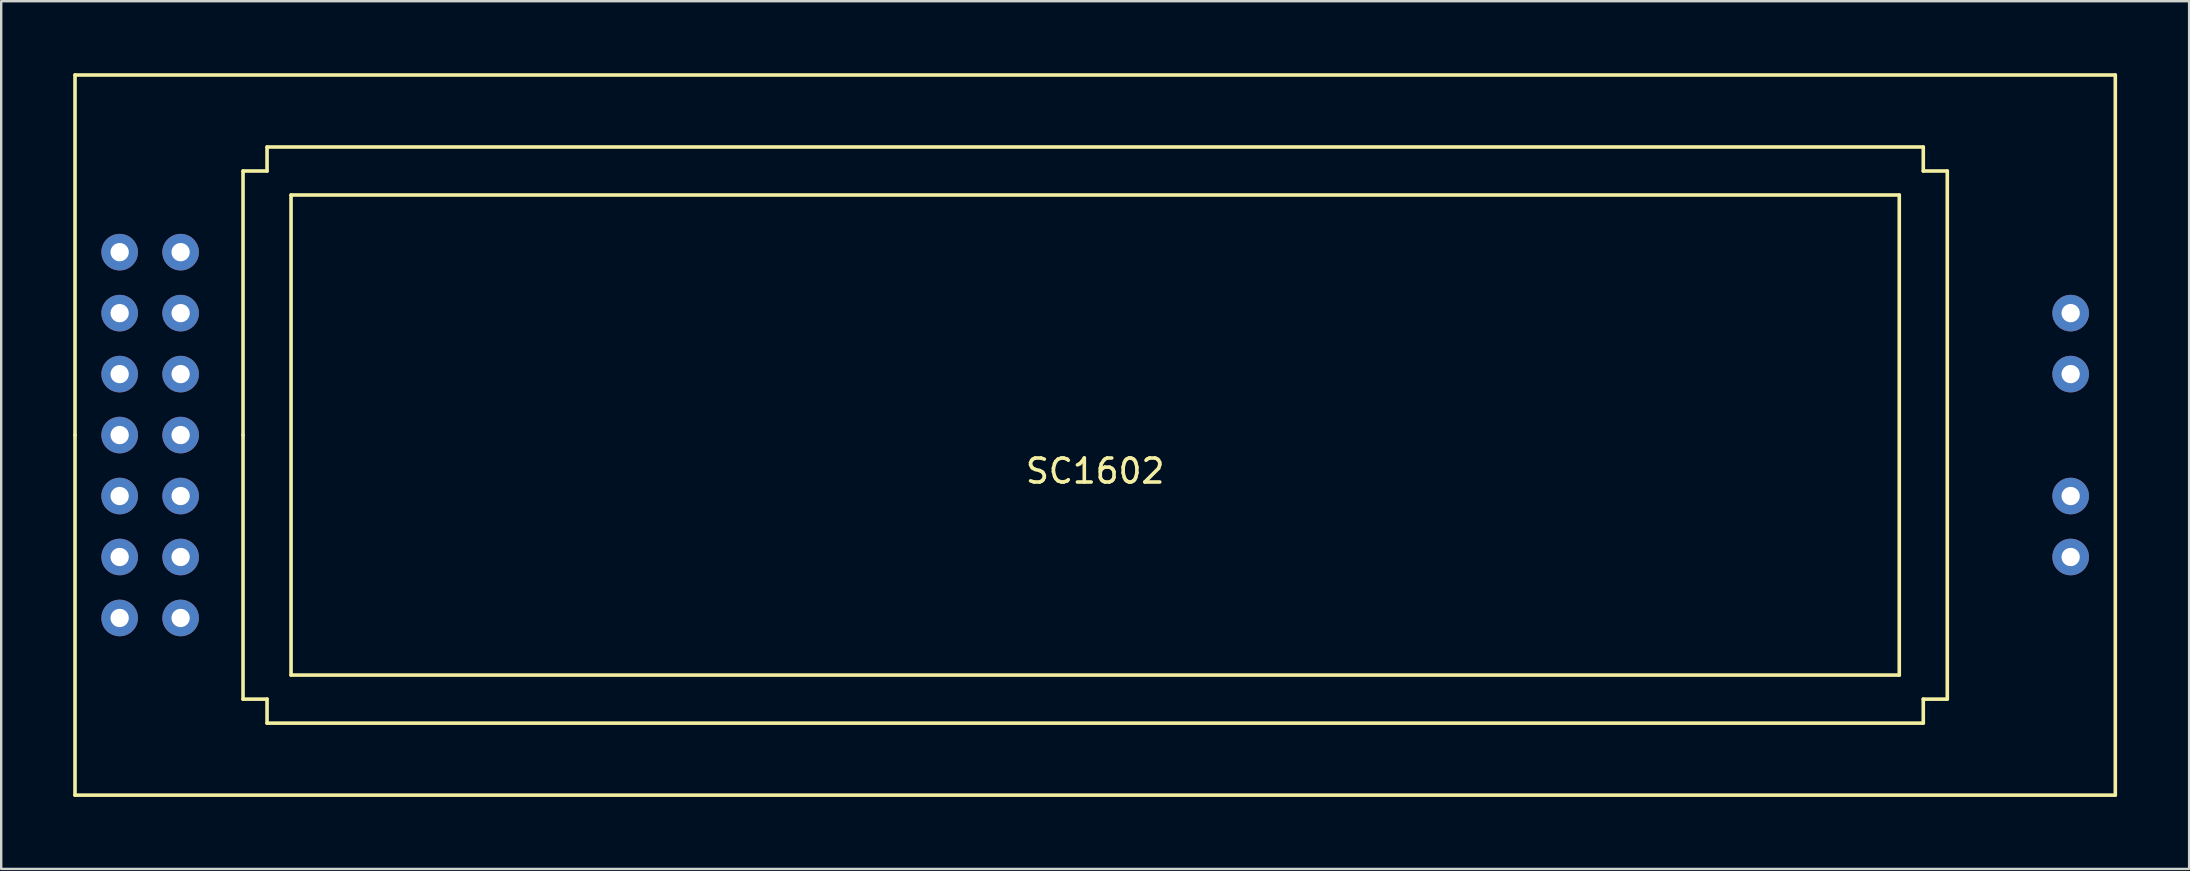
<source format=kicad_pcb>
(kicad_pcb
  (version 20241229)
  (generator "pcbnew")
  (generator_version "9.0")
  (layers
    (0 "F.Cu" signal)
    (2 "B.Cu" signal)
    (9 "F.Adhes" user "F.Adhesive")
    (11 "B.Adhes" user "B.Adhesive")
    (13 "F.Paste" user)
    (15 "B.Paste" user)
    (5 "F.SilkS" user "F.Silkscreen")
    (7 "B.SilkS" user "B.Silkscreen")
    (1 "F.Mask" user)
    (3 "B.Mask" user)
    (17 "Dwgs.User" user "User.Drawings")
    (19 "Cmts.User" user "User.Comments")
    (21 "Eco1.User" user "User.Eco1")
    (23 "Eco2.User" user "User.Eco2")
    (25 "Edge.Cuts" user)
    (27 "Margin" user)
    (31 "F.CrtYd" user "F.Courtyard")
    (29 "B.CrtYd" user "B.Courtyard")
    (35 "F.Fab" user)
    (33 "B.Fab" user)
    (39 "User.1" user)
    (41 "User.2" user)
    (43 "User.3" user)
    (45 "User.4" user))
  (footprint "SC1602"
    (layer "F.Cu")
    (at 42.575 15.075)
    (property "Reference" "SC1602" (at 0 1.5 0) (layer "F.SilkS") (effects (font (size 1 1) (thickness 0.15))))
    (attr through_hole)
    (fp_line (start -42.5 0) (end -42.5 -15) (stroke (width 0.15) (type solid)) (layer "F.SilkS"))
    (fp_line (start -42.5 15) (end -42.5 0) (stroke (width 0.15) (type solid)) (layer "F.SilkS"))
    (fp_line (start -35.5 -11) (end -34.5 -11) (stroke (width 0.15) (type solid)) (layer "F.SilkS"))
    (fp_line (start -35.5 0) (end -35.5 -11) (stroke (width 0.15) (type solid)) (layer "F.SilkS"))
    (fp_line (start -35.5 0) (end -35.5 11) (stroke (width 0.15) (type solid)) (layer "F.SilkS"))
    (fp_line (start -35.5 11) (end -34.5 11) (stroke (width 0.15) (type solid)) (layer "F.SilkS"))
    (fp_line (start -34.5 -12) (end 34.5 -12) (stroke (width 0.15) (type solid)) (layer "F.SilkS"))
    (fp_line (start -34.5 -11) (end -34.5 -12) (stroke (width 0.15) (type solid)) (layer "F.SilkS"))
    (fp_line (start -34.5 11) (end -34.5 12) (stroke (width 0.15) (type solid)) (layer "F.SilkS"))
    (fp_line (start -33.5 -10) (end -33.5 10) (stroke (width 0.15) (type solid)) (layer "F.SilkS"))
    (fp_line (start -33.5 10) (end 33.5 10) (stroke (width 0.15) (type solid)) (layer "F.SilkS"))
    (fp_line (start 33.5 -10) (end -33.5 -10) (stroke (width 0.15) (type solid)) (layer "F.SilkS"))
    (fp_line (start 33.5 10) (end 33.5 -10) (stroke (width 0.15) (type solid)) (layer "F.SilkS"))
    (fp_line (start 34.5 -12) (end 34.5 -11) (stroke (width 0.15) (type solid)) (layer "F.SilkS"))
    (fp_line (start 34.5 -11) (end 35.5 -11) (stroke (width 0.15) (type solid)) (layer "F.SilkS"))
    (fp_line (start 34.5 11) (end 34.5 12) (stroke (width 0.15) (type solid)) (layer "F.SilkS"))
    (fp_line (start 34.5 12) (end -34.5 12) (stroke (width 0.15) (type solid)) (layer "F.SilkS"))
    (fp_line (start 35.5 -11) (end 35.5 11) (stroke (width 0.15) (type solid)) (layer "F.SilkS"))
    (fp_line (start 35.5 11) (end 34.5 11) (stroke (width 0.15) (type solid)) (layer "F.SilkS"))
    (fp_line (start 42.5 -15) (end -42.5 -15) (stroke (width 0.15) (type solid)) (layer "F.SilkS"))
    (fp_line (start 42.5 -15) (end 42.5 15) (stroke (width 0.15) (type solid)) (layer "F.SilkS"))
    (fp_line (start 42.5 15) (end -42.5 15) (stroke (width 0.15) (type solid)) (layer "F.SilkS"))
    (pad "1" thru_hole circle (at -38.1 7.62) (size 1.524 1.524) (drill 0.762) (layers "*.Cu" "*.Mask"))
    (pad "2" thru_hole circle (at -40.64 7.62) (size 1.524 1.524) (drill 0.762) (layers "*.Cu" "*.Mask"))
    (pad "3" thru_hole circle (at -38.1 5.08) (size 1.524 1.524) (drill 0.762) (layers "*.Cu" "*.Mask"))
    (pad "4" thru_hole circle (at -40.64 5.08) (size 1.524 1.524) (drill 0.762) (layers "*.Cu" "*.Mask"))
    (pad "5" thru_hole circle (at -38.1 2.54) (size 1.524 1.524) (drill 0.762) (layers "*.Cu" "*.Mask"))
    (pad "6" thru_hole circle (at -40.64 2.54) (size 1.524 1.524) (drill 0.762) (layers "*.Cu" "*.Mask"))
    (pad "7" thru_hole circle (at -38.1 0) (size 1.524 1.524) (drill 0.762) (layers "*.Cu" "*.Mask"))
    (pad "8" thru_hole circle (at -40.64 0) (size 1.524 1.524) (drill 0.762) (layers "*.Cu" "*.Mask"))
    (pad "9" thru_hole circle (at -38.1 -2.54) (size 1.524 1.524) (drill 0.762) (layers "*.Cu" "*.Mask"))
    (pad "10" thru_hole circle (at -40.64 -2.54) (size 1.524 1.524) (drill 0.762) (layers "*.Cu" "*.Mask"))
    (pad "11" thru_hole circle (at -38.1 -5.08) (size 1.524 1.524) (drill 0.762) (layers "*.Cu" "*.Mask"))
    (pad "12" thru_hole circle (at -40.64 -5.08) (size 1.524 1.524) (drill 0.762) (layers "*.Cu" "*.Mask"))
    (pad "13" thru_hole circle (at -38.1 -7.62) (size 1.524 1.524) (drill 0.762) (layers "*.Cu" "*.Mask"))
    (pad "14" thru_hole circle (at -40.64 -7.62) (size 1.524 1.524) (drill 0.762) (layers "*.Cu" "*.Mask"))
    (pad "15" thru_hole circle (at 40.64 -5.08) (size 1.524 1.524) (drill 0.762) (layers "*.Cu" "*.Mask"))
    (pad "15" thru_hole circle (at 40.64 -2.54) (size 1.524 1.524) (drill 0.762) (layers "*.Cu" "*.Mask"))
    (pad "16" thru_hole circle (at 40.64 2.54) (size 1.524 1.524) (drill 0.762) (layers "*.Cu" "*.Mask"))
    (pad "16" thru_hole circle (at 40.64 5.08) (size 1.524 1.524) (drill 0.762) (layers "*.Cu" "*.Mask")))
  (gr_rect
    (start -3 -3)
    (end 88.15 33.15)
    (stroke (width 0.1) (type default))
    (fill no)
    (layer "Edge.Cuts")))
</source>
